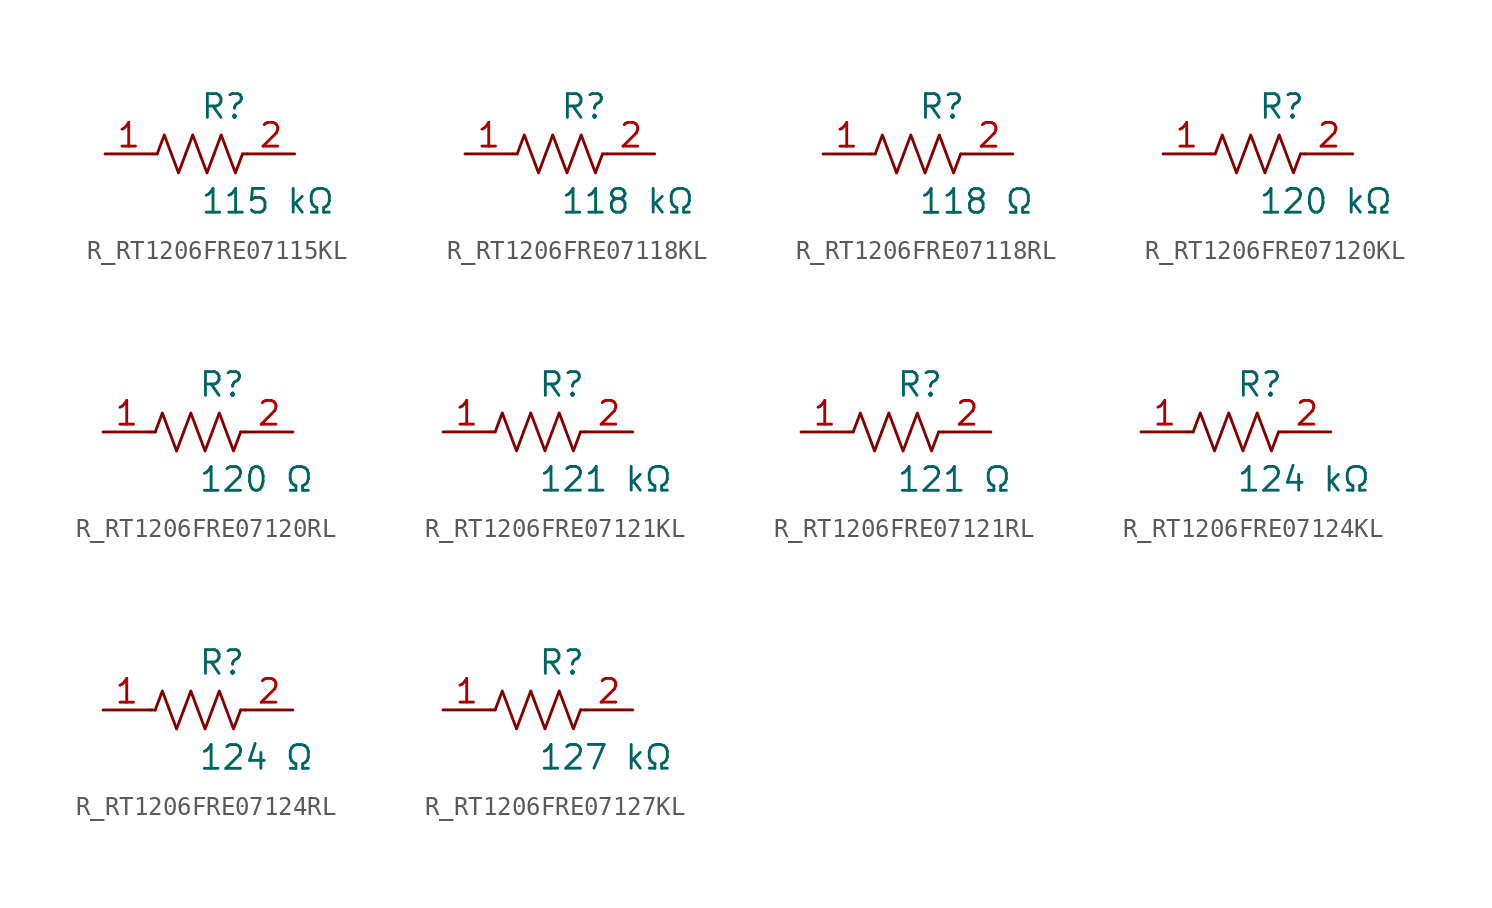
<source format=kicad_sym>
(kicad_symbol_lib
  (version 20231120)
  (generator kicad_symbol_editor)
  (generator_version 8.0)
  (symbol "R_RT1206FRE07115KL"
    (pin_names
      (offset 0.254))
    (property "Reference" "R"
      (at 0 2.54 0)
      (effects (font (size 1.27 1.27)) (justify left)))
    (property "Value" "115 kΩ"
      (at 0 -2.54 0)
      (effects (font (size 1.27 1.27)) (justify left)))
    (symbol "R_RT1206FRE07115KL_0_1"
      (polyline (pts (xy 2.286 0) (xy 2.54 0)) (stroke (width 0) (type default)) (fill (type none)))
      (polyline (pts (xy -2.286 0) (xy -2.54 0)) (stroke (width 0) (type default)) (fill (type none)))
      (polyline (pts (xy 0.762 0) (xy 1.143 1.016) (xy 1.524 0) (xy 1.905 -1.016) (xy 2.286 0)) (stroke (width 0) (type default)) (fill (type none)))
      (polyline (pts (xy -0.762 0) (xy -0.381 1.016) (xy 0 0) (xy 0.381 -1.016) (xy 0.762 0)) (stroke (width 0) (type default)) (fill (type none)))
      (polyline (pts (xy -2.286 0) (xy -1.905 1.016) (xy -1.524 0) (xy -1.143 -1.016) (xy -0.762 0)) (stroke (width 0) (type default)) (fill (type none))))
    (pin unspecified line
      (at -5.08 0 0)
      (length 2.54)
      (name "" (effects (font (size 1.27 1.27))))
      (number "1" (effects (font (size 1.27 1.27)))))
    (pin unspecified line
      (at 5.08 0 180)
      (length 2.54)
      (name "" (effects (font (size 1.27 1.27))))
      (number "2" (effects (font (size 1.27 1.27))))))
  (symbol "R_RT1206FRE07118KL"
    (pin_names
      (offset 0.254))
    (property "Reference" "R"
      (at 0 2.54 0)
      (effects (font (size 1.27 1.27)) (justify left)))
    (property "Value" "118 kΩ"
      (at 0 -2.54 0)
      (effects (font (size 1.27 1.27)) (justify left)))
    (symbol "R_RT1206FRE07118KL_0_1"
      (polyline (pts (xy 2.286 0) (xy 2.54 0)) (stroke (width 0) (type default)) (fill (type none)))
      (polyline (pts (xy -2.286 0) (xy -2.54 0)) (stroke (width 0) (type default)) (fill (type none)))
      (polyline (pts (xy 0.762 0) (xy 1.143 1.016) (xy 1.524 0) (xy 1.905 -1.016) (xy 2.286 0)) (stroke (width 0) (type default)) (fill (type none)))
      (polyline (pts (xy -0.762 0) (xy -0.381 1.016) (xy 0 0) (xy 0.381 -1.016) (xy 0.762 0)) (stroke (width 0) (type default)) (fill (type none)))
      (polyline (pts (xy -2.286 0) (xy -1.905 1.016) (xy -1.524 0) (xy -1.143 -1.016) (xy -0.762 0)) (stroke (width 0) (type default)) (fill (type none))))
    (pin unspecified line
      (at -5.08 0 0)
      (length 2.54)
      (name "" (effects (font (size 1.27 1.27))))
      (number "1" (effects (font (size 1.27 1.27)))))
    (pin unspecified line
      (at 5.08 0 180)
      (length 2.54)
      (name "" (effects (font (size 1.27 1.27))))
      (number "2" (effects (font (size 1.27 1.27))))))
  (symbol "R_RT1206FRE07118RL"
    (pin_names
      (offset 0.254))
    (property "Reference" "R"
      (at 0 2.54 0)
      (effects (font (size 1.27 1.27)) (justify left)))
    (property "Value" "118 Ω"
      (at 0 -2.54 0)
      (effects (font (size 1.27 1.27)) (justify left)))
    (symbol "R_RT1206FRE07118RL_0_1"
      (polyline (pts (xy 2.286 0) (xy 2.54 0)) (stroke (width 0) (type default)) (fill (type none)))
      (polyline (pts (xy -2.286 0) (xy -2.54 0)) (stroke (width 0) (type default)) (fill (type none)))
      (polyline (pts (xy 0.762 0) (xy 1.143 1.016) (xy 1.524 0) (xy 1.905 -1.016) (xy 2.286 0)) (stroke (width 0) (type default)) (fill (type none)))
      (polyline (pts (xy -0.762 0) (xy -0.381 1.016) (xy 0 0) (xy 0.381 -1.016) (xy 0.762 0)) (stroke (width 0) (type default)) (fill (type none)))
      (polyline (pts (xy -2.286 0) (xy -1.905 1.016) (xy -1.524 0) (xy -1.143 -1.016) (xy -0.762 0)) (stroke (width 0) (type default)) (fill (type none))))
    (pin unspecified line
      (at -5.08 0 0)
      (length 2.54)
      (name "" (effects (font (size 1.27 1.27))))
      (number "1" (effects (font (size 1.27 1.27)))))
    (pin unspecified line
      (at 5.08 0 180)
      (length 2.54)
      (name "" (effects (font (size 1.27 1.27))))
      (number "2" (effects (font (size 1.27 1.27))))))
  (symbol "R_RT1206FRE07120KL"
    (pin_names
      (offset 0.254))
    (property "Reference" "R"
      (at 0 2.54 0)
      (effects (font (size 1.27 1.27)) (justify left)))
    (property "Value" "120 kΩ"
      (at 0 -2.54 0)
      (effects (font (size 1.27 1.27)) (justify left)))
    (symbol "R_RT1206FRE07120KL_0_1"
      (polyline (pts (xy 2.286 0) (xy 2.54 0)) (stroke (width 0) (type default)) (fill (type none)))
      (polyline (pts (xy -2.286 0) (xy -2.54 0)) (stroke (width 0) (type default)) (fill (type none)))
      (polyline (pts (xy 0.762 0) (xy 1.143 1.016) (xy 1.524 0) (xy 1.905 -1.016) (xy 2.286 0)) (stroke (width 0) (type default)) (fill (type none)))
      (polyline (pts (xy -0.762 0) (xy -0.381 1.016) (xy 0 0) (xy 0.381 -1.016) (xy 0.762 0)) (stroke (width 0) (type default)) (fill (type none)))
      (polyline (pts (xy -2.286 0) (xy -1.905 1.016) (xy -1.524 0) (xy -1.143 -1.016) (xy -0.762 0)) (stroke (width 0) (type default)) (fill (type none))))
    (pin unspecified line
      (at -5.08 0 0)
      (length 2.54)
      (name "" (effects (font (size 1.27 1.27))))
      (number "1" (effects (font (size 1.27 1.27)))))
    (pin unspecified line
      (at 5.08 0 180)
      (length 2.54)
      (name "" (effects (font (size 1.27 1.27))))
      (number "2" (effects (font (size 1.27 1.27))))))
  (symbol "R_RT1206FRE07120RL"
    (pin_names
      (offset 0.254))
    (property "Reference" "R"
      (at 0 2.54 0)
      (effects (font (size 1.27 1.27)) (justify left)))
    (property "Value" "120 Ω"
      (at 0 -2.54 0)
      (effects (font (size 1.27 1.27)) (justify left)))
    (symbol "R_RT1206FRE07120RL_0_1"
      (polyline (pts (xy 2.286 0) (xy 2.54 0)) (stroke (width 0) (type default)) (fill (type none)))
      (polyline (pts (xy -2.286 0) (xy -2.54 0)) (stroke (width 0) (type default)) (fill (type none)))
      (polyline (pts (xy 0.762 0) (xy 1.143 1.016) (xy 1.524 0) (xy 1.905 -1.016) (xy 2.286 0)) (stroke (width 0) (type default)) (fill (type none)))
      (polyline (pts (xy -0.762 0) (xy -0.381 1.016) (xy 0 0) (xy 0.381 -1.016) (xy 0.762 0)) (stroke (width 0) (type default)) (fill (type none)))
      (polyline (pts (xy -2.286 0) (xy -1.905 1.016) (xy -1.524 0) (xy -1.143 -1.016) (xy -0.762 0)) (stroke (width 0) (type default)) (fill (type none))))
    (pin unspecified line
      (at -5.08 0 0)
      (length 2.54)
      (name "" (effects (font (size 1.27 1.27))))
      (number "1" (effects (font (size 1.27 1.27)))))
    (pin unspecified line
      (at 5.08 0 180)
      (length 2.54)
      (name "" (effects (font (size 1.27 1.27))))
      (number "2" (effects (font (size 1.27 1.27))))))
  (symbol "R_RT1206FRE07121KL"
    (pin_names
      (offset 0.254))
    (property "Reference" "R"
      (at 0 2.54 0)
      (effects (font (size 1.27 1.27)) (justify left)))
    (property "Value" "121 kΩ"
      (at 0 -2.54 0)
      (effects (font (size 1.27 1.27)) (justify left)))
    (symbol "R_RT1206FRE07121KL_0_1"
      (polyline (pts (xy 2.286 0) (xy 2.54 0)) (stroke (width 0) (type default)) (fill (type none)))
      (polyline (pts (xy -2.286 0) (xy -2.54 0)) (stroke (width 0) (type default)) (fill (type none)))
      (polyline (pts (xy 0.762 0) (xy 1.143 1.016) (xy 1.524 0) (xy 1.905 -1.016) (xy 2.286 0)) (stroke (width 0) (type default)) (fill (type none)))
      (polyline (pts (xy -0.762 0) (xy -0.381 1.016) (xy 0 0) (xy 0.381 -1.016) (xy 0.762 0)) (stroke (width 0) (type default)) (fill (type none)))
      (polyline (pts (xy -2.286 0) (xy -1.905 1.016) (xy -1.524 0) (xy -1.143 -1.016) (xy -0.762 0)) (stroke (width 0) (type default)) (fill (type none))))
    (pin unspecified line
      (at -5.08 0 0)
      (length 2.54)
      (name "" (effects (font (size 1.27 1.27))))
      (number "1" (effects (font (size 1.27 1.27)))))
    (pin unspecified line
      (at 5.08 0 180)
      (length 2.54)
      (name "" (effects (font (size 1.27 1.27))))
      (number "2" (effects (font (size 1.27 1.27))))))
  (symbol "R_RT1206FRE07121RL"
    (pin_names
      (offset 0.254))
    (property "Reference" "R"
      (at 0 2.54 0)
      (effects (font (size 1.27 1.27)) (justify left)))
    (property "Value" "121 Ω"
      (at 0 -2.54 0)
      (effects (font (size 1.27 1.27)) (justify left)))
    (symbol "R_RT1206FRE07121RL_0_1"
      (polyline (pts (xy 2.286 0) (xy 2.54 0)) (stroke (width 0) (type default)) (fill (type none)))
      (polyline (pts (xy -2.286 0) (xy -2.54 0)) (stroke (width 0) (type default)) (fill (type none)))
      (polyline (pts (xy 0.762 0) (xy 1.143 1.016) (xy 1.524 0) (xy 1.905 -1.016) (xy 2.286 0)) (stroke (width 0) (type default)) (fill (type none)))
      (polyline (pts (xy -0.762 0) (xy -0.381 1.016) (xy 0 0) (xy 0.381 -1.016) (xy 0.762 0)) (stroke (width 0) (type default)) (fill (type none)))
      (polyline (pts (xy -2.286 0) (xy -1.905 1.016) (xy -1.524 0) (xy -1.143 -1.016) (xy -0.762 0)) (stroke (width 0) (type default)) (fill (type none))))
    (pin unspecified line
      (at -5.08 0 0)
      (length 2.54)
      (name "" (effects (font (size 1.27 1.27))))
      (number "1" (effects (font (size 1.27 1.27)))))
    (pin unspecified line
      (at 5.08 0 180)
      (length 2.54)
      (name "" (effects (font (size 1.27 1.27))))
      (number "2" (effects (font (size 1.27 1.27))))))
  (symbol "R_RT1206FRE07124KL"
    (pin_names
      (offset 0.254))
    (property "Reference" "R"
      (at 0 2.54 0)
      (effects (font (size 1.27 1.27)) (justify left)))
    (property "Value" "124 kΩ"
      (at 0 -2.54 0)
      (effects (font (size 1.27 1.27)) (justify left)))
    (symbol "R_RT1206FRE07124KL_0_1"
      (polyline (pts (xy 2.286 0) (xy 2.54 0)) (stroke (width 0) (type default)) (fill (type none)))
      (polyline (pts (xy -2.286 0) (xy -2.54 0)) (stroke (width 0) (type default)) (fill (type none)))
      (polyline (pts (xy 0.762 0) (xy 1.143 1.016) (xy 1.524 0) (xy 1.905 -1.016) (xy 2.286 0)) (stroke (width 0) (type default)) (fill (type none)))
      (polyline (pts (xy -0.762 0) (xy -0.381 1.016) (xy 0 0) (xy 0.381 -1.016) (xy 0.762 0)) (stroke (width 0) (type default)) (fill (type none)))
      (polyline (pts (xy -2.286 0) (xy -1.905 1.016) (xy -1.524 0) (xy -1.143 -1.016) (xy -0.762 0)) (stroke (width 0) (type default)) (fill (type none))))
    (pin unspecified line
      (at -5.08 0 0)
      (length 2.54)
      (name "" (effects (font (size 1.27 1.27))))
      (number "1" (effects (font (size 1.27 1.27)))))
    (pin unspecified line
      (at 5.08 0 180)
      (length 2.54)
      (name "" (effects (font (size 1.27 1.27))))
      (number "2" (effects (font (size 1.27 1.27))))))
  (symbol "R_RT1206FRE07124RL"
    (pin_names
      (offset 0.254))
    (property "Reference" "R"
      (at 0 2.54 0)
      (effects (font (size 1.27 1.27)) (justify left)))
    (property "Value" "124 Ω"
      (at 0 -2.54 0)
      (effects (font (size 1.27 1.27)) (justify left)))
    (symbol "R_RT1206FRE07124RL_0_1"
      (polyline (pts (xy 2.286 0) (xy 2.54 0)) (stroke (width 0) (type default)) (fill (type none)))
      (polyline (pts (xy -2.286 0) (xy -2.54 0)) (stroke (width 0) (type default)) (fill (type none)))
      (polyline (pts (xy 0.762 0) (xy 1.143 1.016) (xy 1.524 0) (xy 1.905 -1.016) (xy 2.286 0)) (stroke (width 0) (type default)) (fill (type none)))
      (polyline (pts (xy -0.762 0) (xy -0.381 1.016) (xy 0 0) (xy 0.381 -1.016) (xy 0.762 0)) (stroke (width 0) (type default)) (fill (type none)))
      (polyline (pts (xy -2.286 0) (xy -1.905 1.016) (xy -1.524 0) (xy -1.143 -1.016) (xy -0.762 0)) (stroke (width 0) (type default)) (fill (type none))))
    (pin unspecified line
      (at -5.08 0 0)
      (length 2.54)
      (name "" (effects (font (size 1.27 1.27))))
      (number "1" (effects (font (size 1.27 1.27)))))
    (pin unspecified line
      (at 5.08 0 180)
      (length 2.54)
      (name "" (effects (font (size 1.27 1.27))))
      (number "2" (effects (font (size 1.27 1.27))))))
  (symbol "R_RT1206FRE07127KL"
    (pin_names
      (offset 0.254))
    (property "Reference" "R"
      (at 0 2.54 0)
      (effects (font (size 1.27 1.27)) (justify left)))
    (property "Value" "127 kΩ"
      (at 0 -2.54 0)
      (effects (font (size 1.27 1.27)) (justify left)))
    (symbol "R_RT1206FRE07127KL_0_1"
      (polyline (pts (xy 2.286 0) (xy 2.54 0)) (stroke (width 0) (type default)) (fill (type none)))
      (polyline (pts (xy -2.286 0) (xy -2.54 0)) (stroke (width 0) (type default)) (fill (type none)))
      (polyline (pts (xy 0.762 0) (xy 1.143 1.016) (xy 1.524 0) (xy 1.905 -1.016) (xy 2.286 0)) (stroke (width 0) (type default)) (fill (type none)))
      (polyline (pts (xy -0.762 0) (xy -0.381 1.016) (xy 0 0) (xy 0.381 -1.016) (xy 0.762 0)) (stroke (width 0) (type default)) (fill (type none)))
      (polyline (pts (xy -2.286 0) (xy -1.905 1.016) (xy -1.524 0) (xy -1.143 -1.016) (xy -0.762 0)) (stroke (width 0) (type default)) (fill (type none))))
    (pin unspecified line
      (at -5.08 0 0)
      (length 2.54)
      (name "" (effects (font (size 1.27 1.27))))
      (number "1" (effects (font (size 1.27 1.27)))))
    (pin unspecified line
      (at 5.08 0 180)
      (length 2.54)
      (name "" (effects (font (size 1.27 1.27))))
      (number "2" (effects (font (size 1.27 1.27)))))))
</source>
